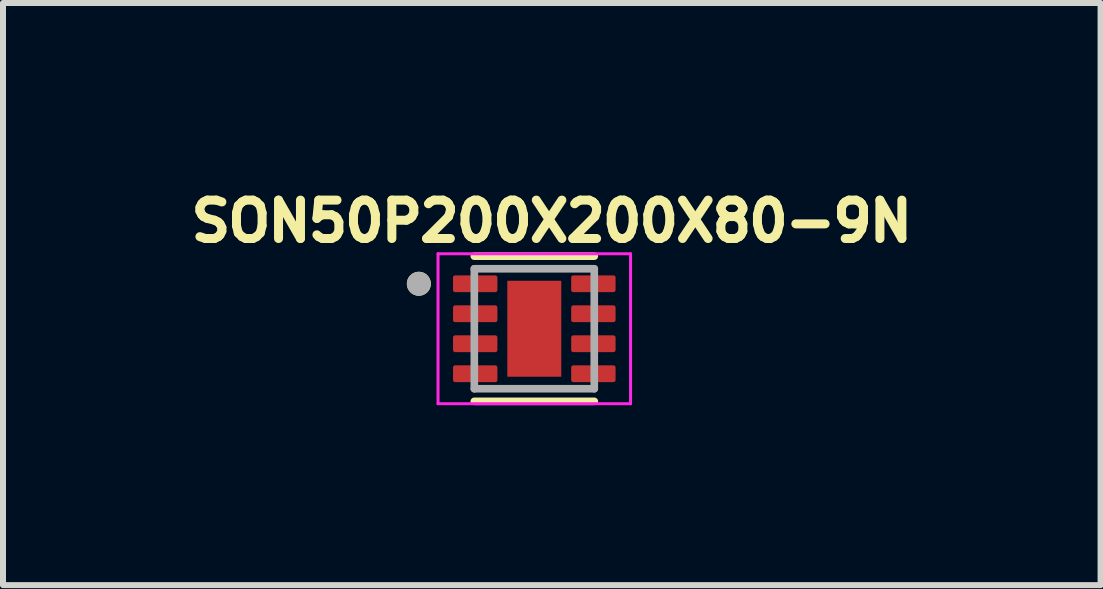
<source format=kicad_pcb>
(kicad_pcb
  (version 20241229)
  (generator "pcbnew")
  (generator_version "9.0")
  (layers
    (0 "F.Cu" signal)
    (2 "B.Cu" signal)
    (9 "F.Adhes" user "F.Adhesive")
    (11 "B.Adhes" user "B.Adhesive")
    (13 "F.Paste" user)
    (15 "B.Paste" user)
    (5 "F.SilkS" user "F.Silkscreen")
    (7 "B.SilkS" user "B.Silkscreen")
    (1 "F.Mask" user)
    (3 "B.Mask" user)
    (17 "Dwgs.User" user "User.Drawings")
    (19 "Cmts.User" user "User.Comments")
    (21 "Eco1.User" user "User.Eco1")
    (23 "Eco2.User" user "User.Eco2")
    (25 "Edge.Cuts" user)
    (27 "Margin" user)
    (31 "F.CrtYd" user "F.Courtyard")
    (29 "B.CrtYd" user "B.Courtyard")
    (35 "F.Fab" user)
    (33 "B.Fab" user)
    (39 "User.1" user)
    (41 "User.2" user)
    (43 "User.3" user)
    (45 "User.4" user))
  (footprint "SON50P200X200X80-9N"
    (layer "F.Cu")
    (at 5.858 2.431)
    (property "Reference" "SON50P200X200X80-9N" (at 0.292 -1.793 0) (layer "F.SilkS") (effects (font (size 0.64 0.64) (thickness 0.15))))
    (attr smd)
    (fp_line (start -1 -1.21) (end 1 -1.21) (stroke (width 0.127) (type solid)) (layer "F.SilkS"))
    (fp_line (start -1 1.21) (end 1 1.21) (stroke (width 0.127) (type solid)) (layer "F.SilkS"))
    (fp_circle (center -1.925 -0.75) (end -1.825 -0.75) (stroke (width 0.2) (type solid)) (fill no) (layer "F.SilkS"))
    (fp_poly (pts (xy -0.28 -0.51) (xy 0.28 -0.51) (xy 0.28 0.51) (xy -0.28 0.51)) (stroke (width 0.01) (type solid)) (fill yes) (layer "F.Paste"))
    (fp_line (start -1.605 -1.25) (end -1.605 1.25) (stroke (width 0.05) (type solid)) (layer "F.CrtYd"))
    (fp_line (start -1.605 -1.25) (end 1.605 -1.25) (stroke (width 0.05) (type solid)) (layer "F.CrtYd"))
    (fp_line (start -1.605 1.25) (end 1.605 1.25) (stroke (width 0.05) (type solid)) (layer "F.CrtYd"))
    (fp_line (start 1.605 -1.25) (end 1.605 1.25) (stroke (width 0.05) (type solid)) (layer "F.CrtYd"))
    (fp_line (start -1 -1) (end -1 1) (stroke (width 0.127) (type solid)) (layer "F.Fab"))
    (fp_line (start -1 -1) (end 1 -1) (stroke (width 0.127) (type solid)) (layer "F.Fab"))
    (fp_line (start -1 1) (end 1 1) (stroke (width 0.127) (type solid)) (layer "F.Fab"))
    (fp_line (start 1 -1) (end 1 1) (stroke (width 0.127) (type solid)) (layer "F.Fab"))
    (fp_circle (center -1.925 -0.75) (end -1.825 -0.75) (stroke (width 0.2) (type solid)) (fill no) (layer "F.Fab"))
    (pad "1" smd roundrect (at -0.985 -0.75) (size 0.74 0.28) (layers "F.Cu" "F.Mask" "F.Paste") (roundrect_rratio 0.125))
    (pad "2" smd roundrect (at -0.985 -0.25) (size 0.74 0.28) (layers "F.Cu" "F.Mask" "F.Paste") (roundrect_rratio 0.125))
    (pad "3" smd roundrect (at -0.985 0.25) (size 0.74 0.28) (layers "F.Cu" "F.Mask" "F.Paste") (roundrect_rratio 0.125))
    (pad "4" smd roundrect (at -0.985 0.75) (size 0.74 0.28) (layers "F.Cu" "F.Mask" "F.Paste") (roundrect_rratio 0.125))
    (pad "5" smd roundrect (at 0.985 0.75) (size 0.74 0.28) (layers "F.Cu" "F.Mask" "F.Paste") (roundrect_rratio 0.125))
    (pad "6" smd roundrect (at 0.985 0.25) (size 0.74 0.28) (layers "F.Cu" "F.Mask" "F.Paste") (roundrect_rratio 0.125))
    (pad "7" smd roundrect (at 0.985 -0.25) (size 0.74 0.28) (layers "F.Cu" "F.Mask" "F.Paste") (roundrect_rratio 0.125))
    (pad "8" smd roundrect (at 0.985 -0.75) (size 0.74 0.28) (layers "F.Cu" "F.Mask" "F.Paste") (roundrect_rratio 0.125))
    (pad "9" smd rect (at 0 0) (size 0.9 1.6) (layers "F.Cu" "F.Mask")))
  (gr_rect
    (start -3 -3)
    (end 15.299 6.706)
    (stroke (width 0.1) (type default))
    (fill no)
    (layer "Edge.Cuts")))
</source>
